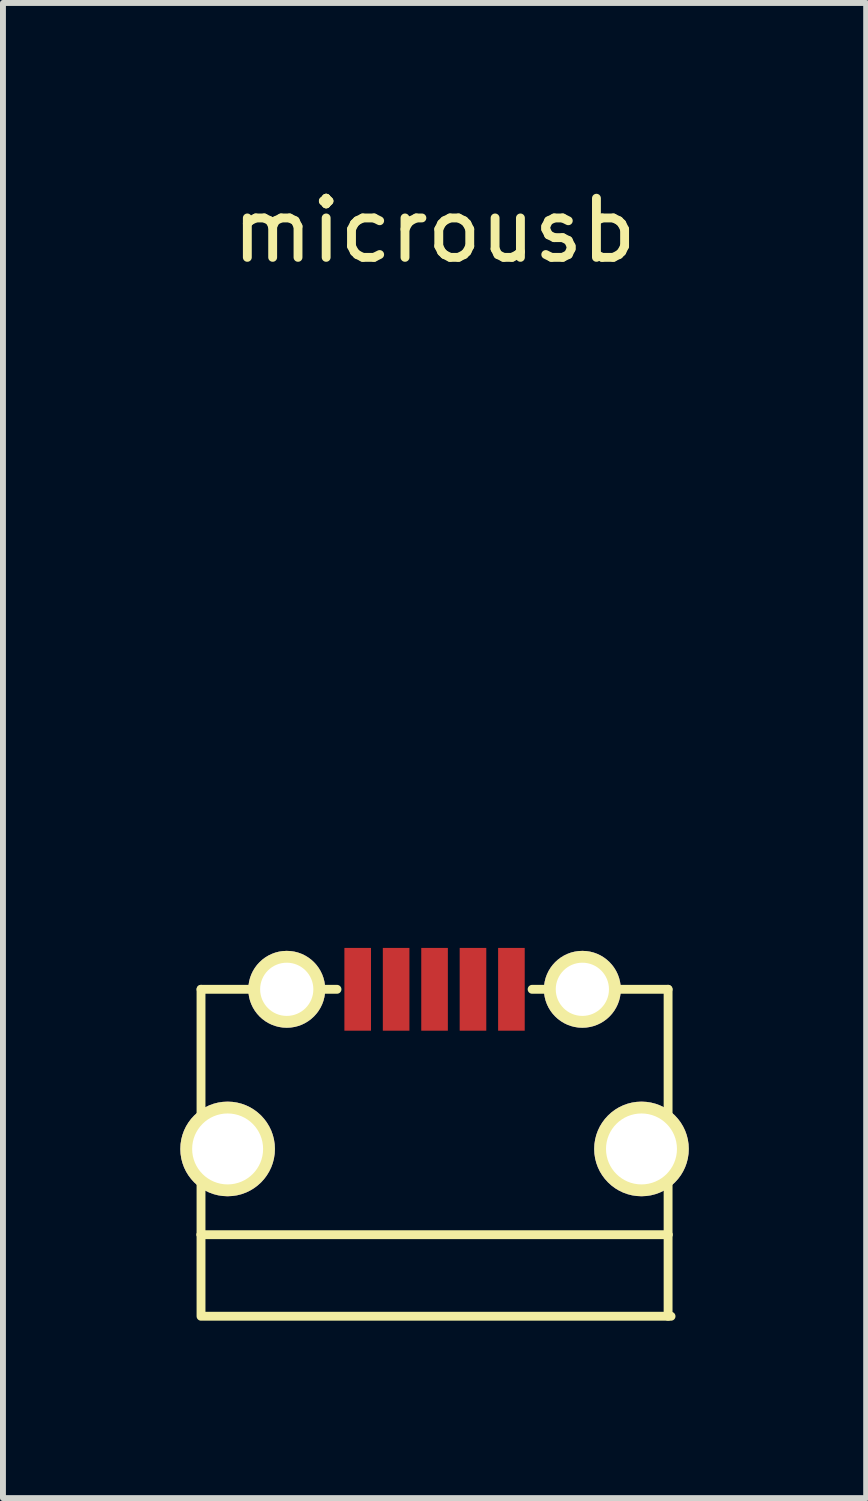
<source format=kicad_pcb>
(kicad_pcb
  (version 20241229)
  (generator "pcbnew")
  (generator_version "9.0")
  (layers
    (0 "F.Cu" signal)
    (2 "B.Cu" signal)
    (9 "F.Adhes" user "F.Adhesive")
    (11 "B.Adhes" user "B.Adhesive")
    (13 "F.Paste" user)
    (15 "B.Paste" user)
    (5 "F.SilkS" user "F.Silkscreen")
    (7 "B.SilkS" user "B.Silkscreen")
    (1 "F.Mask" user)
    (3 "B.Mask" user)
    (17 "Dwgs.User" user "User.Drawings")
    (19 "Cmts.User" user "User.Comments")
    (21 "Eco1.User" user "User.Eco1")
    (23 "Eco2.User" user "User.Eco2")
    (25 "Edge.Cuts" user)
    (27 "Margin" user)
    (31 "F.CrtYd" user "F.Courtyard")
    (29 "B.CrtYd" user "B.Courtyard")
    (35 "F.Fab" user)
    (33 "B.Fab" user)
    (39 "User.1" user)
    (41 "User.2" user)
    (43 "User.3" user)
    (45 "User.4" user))
  (footprint "microusb"
    (layer "F.Cu")
    (at 4.3 13.683)
    (property "Reference" "microusb" (at 0 -12.835 0) (layer "F.SilkS") (effects (font (size 1 1) (thickness 0.15))))
    (attr through_hole)
    (fp_line (start -3.95 0) (end -3.95 4.15) (stroke (width 0.15) (type solid)) (layer "F.SilkS"))
    (fp_line (start -3.95 0) (end -1.65 0) (stroke (width 0.15) (type solid)) (layer "F.SilkS"))
    (fp_line (start -3.95 4.15) (end -3.95 5.53) (stroke (width 0.15) (type solid)) (layer "F.SilkS"))
    (fp_line (start -3.95 4.15) (end 3.95 4.15) (stroke (width 0.15) (type solid)) (layer "F.SilkS"))
    (fp_line (start 3.95 0) (end 1.65 0) (stroke (width 0.15) (type solid)) (layer "F.SilkS"))
    (fp_line (start 3.95 0) (end 3.95 4.15) (stroke (width 0.15) (type solid)) (layer "F.SilkS"))
    (fp_line (start 3.95 4.15) (end 3.95 5.53) (stroke (width 0.15) (type solid)) (layer "F.SilkS"))
    (fp_line (start 4 5.53) (end -3.9 5.53) (stroke (width 0.15) (type solid)) (layer "F.SilkS"))
    (pad "1" smd rect (at -1.3 0) (size 0.45 1.4) (layers "F.Cu" "F.Mask" "F.Paste"))
    (pad "2" smd rect (at -0.65 0) (size 0.45 1.4) (layers "F.Cu" "F.Mask" "F.Paste"))
    (pad "3" smd rect (at 0 0) (size 0.45 1.4) (layers "F.Cu" "F.Mask" "F.Paste"))
    (pad "4" smd rect (at 0.65 0) (size 0.45 1.4) (layers "F.Cu" "F.Mask" "F.Paste"))
    (pad "5" smd rect (at 1.3 0) (size 0.45 1.4) (layers "F.Cu" "F.Mask" "F.Paste"))
    (pad "6" thru_hole circle (at -3.5 2.7) (size 1.6 1.6) (drill 1.2) (layers "*.Cu" "*.Mask" "F.SilkS"))
    (pad "6" thru_hole circle (at -2.5 0) (size 1.3 1.3) (drill 0.9) (layers "*.Cu" "*.Mask" "F.SilkS"))
    (pad "6" thru_hole circle (at 2.5 0) (size 1.3 1.3) (drill 0.9) (layers "*.Cu" "*.Mask" "F.SilkS"))
    (pad "6" thru_hole circle (at 3.5 2.7) (size 1.6 1.6) (drill 1.2) (layers "*.Cu" "*.Mask" "F.SilkS")))
  (gr_rect
    (start -3 -3)
    (end 11.6 22.288)
    (stroke (width 0.1) (type default))
    (fill no)
    (layer "Edge.Cuts")))
</source>
